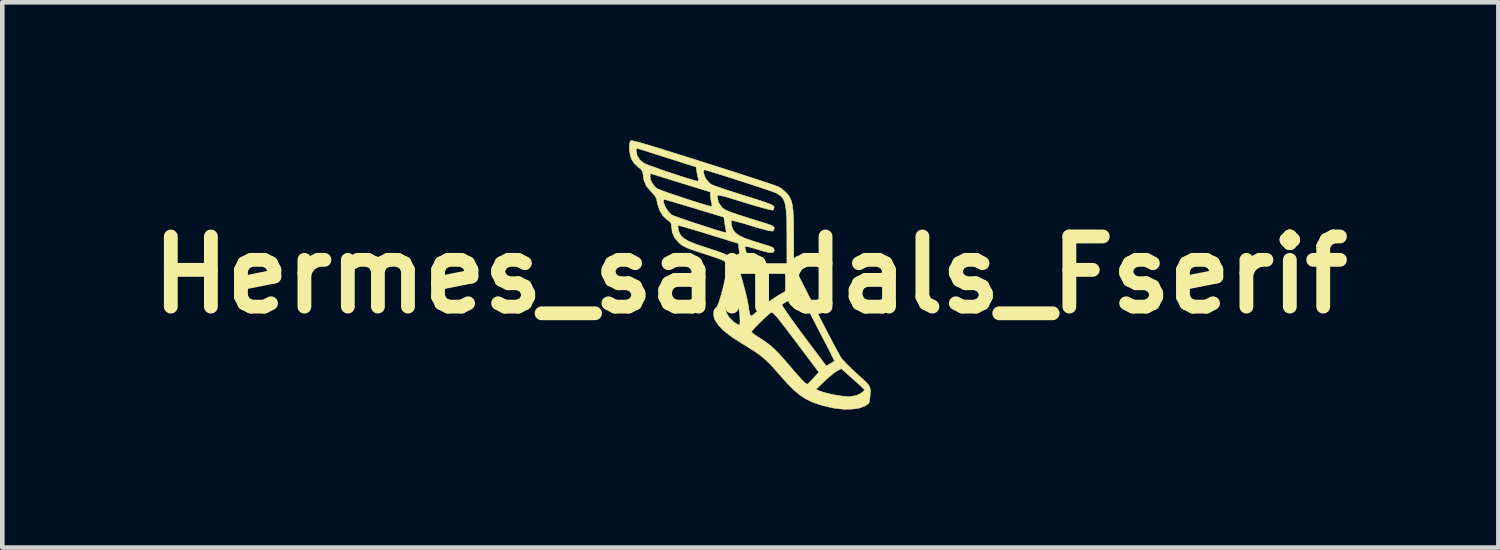
<source format=kicad_pcb>
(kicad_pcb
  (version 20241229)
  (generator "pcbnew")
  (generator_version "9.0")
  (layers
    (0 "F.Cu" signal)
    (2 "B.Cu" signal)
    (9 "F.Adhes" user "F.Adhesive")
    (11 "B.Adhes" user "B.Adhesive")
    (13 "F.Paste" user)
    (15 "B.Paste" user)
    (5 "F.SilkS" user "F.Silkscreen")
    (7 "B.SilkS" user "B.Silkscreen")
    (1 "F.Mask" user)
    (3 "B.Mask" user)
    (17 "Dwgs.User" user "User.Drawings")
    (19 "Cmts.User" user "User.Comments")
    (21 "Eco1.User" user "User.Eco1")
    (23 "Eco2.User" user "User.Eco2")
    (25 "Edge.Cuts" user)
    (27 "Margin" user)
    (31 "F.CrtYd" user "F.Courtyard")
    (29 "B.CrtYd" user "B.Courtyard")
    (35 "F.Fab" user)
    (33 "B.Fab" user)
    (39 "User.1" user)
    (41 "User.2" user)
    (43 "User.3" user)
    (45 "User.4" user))
  (footprint "Hermes_sandals_Fserif"
    (layer "F.Cu")
    (at 13.252 2.922)
    (property "Reference" "Hermes_sandals_Fserif" (at 0 0 0) (layer "F.SilkS") (effects (font (size 1.524 1.524) (thickness 0.3))))
    (attr through_hole)
    (fp_poly (pts (xy -2.561 -2.914) (xy -2.488 -2.897) (xy -2.382 -2.869) (xy -2.249 -2.831) (xy -2.096 -2.785) (xy -1.968 -2.746) (xy -1.565 -2.619) (xy -1.189 -2.501) (xy -0.843 -2.391) (xy -0.528 -2.291) (xy -0.246 -2.201) (xy -0.000376 -2.121) (xy 0.208 -2.053) (xy 0.377 -1.997) (xy 0.504 -1.953) (xy 0.588 -1.923) (xy 0.622 -1.909) (xy 0.696 -1.86) (xy 0.771 -1.794) (xy 0.789 -1.775) (xy 0.833 -1.721) (xy 0.867 -1.662) (xy 0.894 -1.595) (xy 0.914 -1.511) (xy 0.927 -1.405) (xy 0.936 -1.271) (xy 0.941 -1.101) (xy 0.942 -0.891) (xy 0.943 -0.81) (xy 0.943 -0.191) (xy 1.425 0.761) (xy 1.529 0.966) (xy 1.629 1.161) (xy 1.722 1.34) (xy 1.805 1.498) (xy 1.876 1.629) (xy 1.931 1.73) (xy 1.968 1.794) (xy 1.979 1.811) (xy 2.023 1.862) (xy 2.095 1.938) (xy 2.188 2.029) (xy 2.291 2.126) (xy 2.334 2.165) (xy 2.442 2.263) (xy 2.519 2.335) (xy 2.57 2.394) (xy 2.598 2.448) (xy 2.609 2.509) (xy 2.606 2.587) (xy 2.593 2.693) (xy 2.583 2.771) (xy 2.561 2.8) (xy 2.508 2.838) (xy 2.474 2.856) (xy 2.357 2.897) (xy 2.206 2.917) (xy 2.032 2.919) (xy 1.847 2.9) (xy 1.736 2.879) (xy 1.536 2.829) (xy 1.366 2.772) (xy 1.216 2.702) (xy 1.079 2.614) (xy 0.943 2.5) (xy 0.931 2.488) (xy 1.426 2.488) (xy 1.513 2.524) (xy 1.614 2.558) (xy 1.744 2.59) (xy 1.885 2.617) (xy 2.021 2.636) (xy 2.135 2.644) (xy 2.179 2.643) (xy 2.309 2.617) (xy 2.396 2.575) (xy 2.449 2.535) (xy 2.478 2.506) (xy 2.48 2.5) (xy 2.463 2.478) (xy 2.415 2.431) (xy 2.342 2.363) (xy 2.253 2.283) (xy 2.227 2.26) (xy 1.974 2.037) (xy 1.876 2.091) (xy 1.814 2.133) (xy 1.732 2.199) (xy 1.643 2.278) (xy 1.602 2.317) (xy 1.426 2.488) (xy 0.931 2.488) (xy 0.8 2.356) (xy 0.654 2.192) (xy 0.534 2.054) (xy 0.433 1.944) (xy 0.34 1.853) (xy 0.247 1.773) (xy 0.143 1.696) (xy 0.018 1.613) (xy -0.138 1.518) (xy -0.19 1.486) (xy -0.403 1.348) (xy -0.547 1.237) (xy 0.025 1.237) (xy 0.045 1.261) (xy 0.096 1.301) (xy 0.169 1.349) (xy 0.174 1.352) (xy 0.299 1.432) (xy 0.409 1.514) (xy 0.515 1.605) (xy 0.624 1.714) (xy 0.747 1.851) (xy 0.833 1.952) (xy 0.966 2.108) (xy 1.072 2.227) (xy 1.151 2.31) (xy 1.205 2.358) (xy 1.236 2.375) (xy 1.241 2.374) (xy 1.263 2.355) (xy 1.309 2.308) (xy 1.368 2.245) (xy 1.371 2.242) (xy 1.488 2.116) (xy 0.991 1.454) (xy 0.854 1.272) (xy 0.742 1.125) (xy 0.654 1.012) (xy 0.586 0.928) (xy 0.535 0.87) (xy 0.499 0.834) (xy 0.473 0.816) (xy 0.456 0.814) (xy 0.452 0.816) (xy 0.414 0.844) (xy 0.354 0.896) (xy 0.281 0.964) (xy 0.203 1.04) (xy 0.131 1.113) (xy 0.071 1.176) (xy 0.034 1.221) (xy 0.025 1.237) (xy -0.547 1.237) (xy -0.569 1.22) (xy -0.69 1.099) (xy -0.766 0.985) (xy -0.787 0.932) (xy -0.801 0.844) (xy -0.79 0.769) (xy -0.757 0.722) (xy -0.743 0.715) (xy -0.733 0.702) (xy -0.546 0.702) (xy -0.523 0.816) (xy -0.46 0.926) (xy -0.365 1.019) (xy -0.364 1.02) (xy -0.302 1.062) (xy -0.254 1.087) (xy -0.241 1.091) (xy -0.229 1.068) (xy -0.225 1.001) (xy -0.229 0.899) (xy -0.239 0.806) (xy -0.256 0.695) (xy -0.279 0.576) (xy -0.304 0.456) (xy -0.33 0.347) (xy -0.355 0.255) (xy -0.377 0.191) (xy -0.393 0.164) (xy -0.398 0.165) (xy -0.416 0.201) (xy -0.441 0.272) (xy -0.469 0.366) (xy -0.498 0.469) (xy -0.522 0.568) (xy -0.54 0.651) (xy -0.546 0.702) (xy -0.733 0.702) (xy -0.722 0.686) (xy -0.693 0.619) (xy -0.661 0.522) (xy -0.627 0.406) (xy -0.593 0.28) (xy -0.564 0.153) (xy -0.54 0.037) (xy -0.531 -0.025) (xy -0.216 -0.025) (xy -0.145 0.228) (xy -0.111 0.355) (xy -0.08 0.485) (xy -0.056 0.599) (xy -0.048 0.643) (xy -0.029 0.766) (xy -0.014 0.846) (xy 0.003 0.885) (xy 0.029 0.889) (xy 0.069 0.862) (xy 0.13 0.809) (xy 0.156 0.787) (xy 0.252 0.706) (xy 0.328 0.644) (xy 0.686 0.644) (xy 0.695 0.668) (xy 0.731 0.727) (xy 0.791 0.815) (xy 0.87 0.929) (xy 0.967 1.063) (xy 1.076 1.213) (xy 1.157 1.322) (xy 1.65 1.979) (xy 1.736 1.928) (xy 1.792 1.895) (xy 1.825 1.875) (xy 1.829 1.873) (xy 1.82 1.851) (xy 1.791 1.793) (xy 1.747 1.705) (xy 1.691 1.596) (xy 1.647 1.511) (xy 1.563 1.351) (xy 1.468 1.168) (xy 1.373 0.981) (xy 1.288 0.813) (xy 1.274 0.786) (xy 1.089 0.418) (xy 0.898 0.521) (xy 0.81 0.57) (xy 0.737 0.611) (xy 0.693 0.639) (xy 0.686 0.644) (xy 0.328 0.644) (xy 0.356 0.622) (xy 0.446 0.552) (xy 0.446 0.552) (xy 0.536 0.491) (xy 0.648 0.421) (xy 0.761 0.356) (xy 0.781 0.345) (xy 0.87 0.298) (xy 0.94 0.26) (xy 0.982 0.237) (xy 0.988 0.233) (xy 0.982 0.21) (xy 0.956 0.157) (xy 0.926 0.101) (xy 0.856 -0.025) (xy 0.32 -0.025) (xy -0.216 -0.025) (xy -0.531 -0.025) (xy -0.525 -0.061) (xy -0.521 -0.117) (xy -0.523 -0.206) (xy -0.533 -0.259) (xy -0.555 -0.291) (xy -0.577 -0.307) (xy -0.618 -0.325) (xy -0.698 -0.356) (xy -0.807 -0.394) (xy -0.936 -0.437) (xy -1.037 -0.469) (xy -1.193 -0.52) (xy -1.311 -0.561) (xy -1.398 -0.597) (xy -1.462 -0.63) (xy -1.513 -0.664) (xy -1.543 -0.689) (xy -1.643 -0.802) (xy -1.697 -0.923) (xy -1.712 -1.039) (xy -1.712 -1.046) (xy -1.573 -1.046) (xy -1.565 -0.988) (xy -1.561 -0.972) (xy -1.539 -0.905) (xy -1.503 -0.847) (xy -1.447 -0.795) (xy -1.365 -0.745) (xy -1.251 -0.694) (xy -1.099 -0.639) (xy -0.935 -0.585) (xy -0.775 -0.533) (xy -0.656 -0.492) (xy -0.57 -0.458) (xy -0.509 -0.429) (xy -0.468 -0.401) (xy -0.437 -0.371) (xy -0.436 -0.37) (xy -0.395 -0.316) (xy -0.373 -0.277) (xy -0.372 -0.271) (xy -0.35 -0.258) (xy -0.293 -0.25) (xy -0.249 -0.248) (xy -0.126 -0.248) (xy -0.181 -0.341) (xy -0.217 -0.425) (xy -0.243 -0.524) (xy -0.248 -0.558) (xy -0.26 -0.682) (xy -0.911 -0.883) (xy -1.081 -0.936) (xy -1.236 -0.982) (xy -1.368 -1.021) (xy -1.472 -1.051) (xy -1.542 -1.069) (xy -1.571 -1.075) (xy -1.571 -1.074) (xy -1.573 -1.046) (xy -1.712 -1.046) (xy -1.718 -1.107) (xy -1.745 -1.152) (xy -1.799 -1.191) (xy -1.892 -1.274) (xy -1.967 -1.392) (xy -2.015 -1.531) (xy -2.023 -1.575) (xy -2.033 -1.618) (xy -1.888 -1.618) (xy -1.884 -1.57) (xy -1.86 -1.504) (xy -1.822 -1.433) (xy -1.774 -1.366) (xy -1.723 -1.315) (xy -1.706 -1.303) (xy -1.666 -1.285) (xy -1.587 -1.256) (xy -1.479 -1.218) (xy -1.348 -1.173) (xy -1.205 -1.125) (xy -1.057 -1.077) (xy -0.912 -1.03) (xy -0.78 -0.988) (xy -0.668 -0.954) (xy -0.585 -0.93) (xy -0.54 -0.919) (xy -0.537 -0.919) (xy -0.526 -0.938) (xy -0.531 -0.98) (xy -0.545 -1.045) (xy -0.558 -1.128) (xy -0.561 -1.147) (xy -0.576 -1.253) (xy -1.212 -1.446) (xy -1.381 -1.497) (xy -1.535 -1.543) (xy -1.667 -1.582) (xy -1.77 -1.612) (xy -1.839 -1.632) (xy -1.867 -1.638) (xy -1.888 -1.618) (xy -2.033 -1.618) (xy -2.04 -1.652) (xy -2.07 -1.713) (xy -2.125 -1.777) (xy -2.159 -1.811) (xy -2.26 -1.931) (xy -2.316 -2.064) (xy -2.326 -2.142) (xy -2.178 -2.142) (xy -2.168 -2.066) (xy -2.125 -1.98) (xy -2.059 -1.902) (xy -2.031 -1.879) (xy -1.994 -1.861) (xy -1.917 -1.831) (xy -1.811 -1.793) (xy -1.681 -1.748) (xy -1.538 -1.7) (xy -1.389 -1.65) (xy -1.243 -1.603) (xy -1.109 -1.561) (xy -0.994 -1.526) (xy -0.906 -1.502) (xy -0.855 -1.49) (xy -0.851 -1.49) (xy -0.834 -1.503) (xy -0.84 -1.551) (xy -0.845 -1.569) (xy -0.862 -1.651) (xy -0.868 -1.725) (xy -0.868 -1.8) (xy -1.519 -2.001) (xy -2.17 -2.202) (xy -2.178 -2.142) (xy -2.326 -2.142) (xy -2.332 -2.195) (xy -2.344 -2.251) (xy -2.383 -2.3) (xy -2.433 -2.339) (xy -2.519 -2.417) (xy -2.581 -2.512) (xy -2.581 -2.512) (xy -2.608 -2.594) (xy -2.624 -2.688) (xy -2.624 -2.69) (xy -2.48 -2.69) (xy -2.457 -2.585) (xy -2.391 -2.49) (xy -2.316 -2.429) (xy -2.271 -2.408) (xy -2.189 -2.376) (xy -2.076 -2.335) (xy -1.943 -2.288) (xy -1.797 -2.238) (xy -1.647 -2.188) (xy -1.502 -2.14) (xy -1.371 -2.099) (xy -1.261 -2.065) (xy -1.182 -2.044) (xy -1.146 -2.036) (xy -1.125 -2.049) (xy -1.131 -2.09) (xy -1.147 -2.152) (xy -1.162 -2.231) (xy -1.164 -2.244) (xy -1.167 -2.262) (xy -1.016 -2.262) (xy -1.014 -2.212) (xy -0.996 -2.148) (xy -0.968 -2.091) (xy -0.917 -2.025) (xy -0.859 -1.972) (xy -0.856 -1.97) (xy -0.816 -1.952) (xy -0.735 -1.921) (xy -0.621 -1.881) (xy -0.479 -1.834) (xy -0.318 -1.782) (xy -0.144 -1.727) (xy -0.142 -1.726) (xy 0.053 -1.666) (xy 0.206 -1.617) (xy 0.321 -1.578) (xy 0.404 -1.548) (xy 0.46 -1.524) (xy 0.494 -1.504) (xy 0.511 -1.486) (xy 0.516 -1.473) (xy 0.507 -1.425) (xy 0.488 -1.406) (xy 0.455 -1.41) (xy 0.382 -1.426) (xy 0.275 -1.454) (xy 0.142 -1.491) (xy -0.011 -1.536) (xy -0.134 -1.574) (xy -0.315 -1.629) (xy -0.454 -1.672) (xy -0.557 -1.702) (xy -0.63 -1.72) (xy -0.676 -1.729) (xy -0.703 -1.729) (xy -0.716 -1.721) (xy -0.719 -1.706) (xy -0.719 -1.697) (xy -0.695 -1.58) (xy -0.625 -1.475) (xy -0.605 -1.455) (xy -0.578 -1.434) (xy -0.539 -1.411) (xy -0.484 -1.386) (xy -0.407 -1.356) (xy -0.304 -1.321) (xy -0.17 -1.277) (xy 0.001 -1.223) (xy 0.213 -1.157) (xy 0.267 -1.141) (xy 0.383 -1.104) (xy 0.458 -1.075) (xy 0.501 -1.051) (xy 0.519 -1.028) (xy 0.521 -1.014) (xy 0.503 -0.967) (xy 0.481 -0.951) (xy 0.446 -0.953) (xy 0.371 -0.968) (xy 0.267 -0.995) (xy 0.14 -1.03) (xy 0.021 -1.066) (xy -0.115 -1.108) (xy -0.234 -1.142) (xy -0.329 -1.167) (xy -0.391 -1.181) (xy -0.413 -1.183) (xy -0.418 -1.151) (xy -0.413 -1.091) (xy -0.41 -1.075) (xy -0.382 -0.991) (xy -0.329 -0.919) (xy -0.245 -0.857) (xy -0.124 -0.799) (xy 0.039 -0.741) (xy 0.069 -0.732) (xy 0.19 -0.694) (xy 0.301 -0.66) (xy 0.389 -0.633) (xy 0.44 -0.617) (xy 0.503 -0.584) (xy 0.521 -0.543) (xy 0.512 -0.504) (xy 0.481 -0.484) (xy 0.423 -0.484) (xy 0.331 -0.502) (xy 0.2 -0.539) (xy 0.189 -0.542) (xy 0.061 -0.581) (xy -0.028 -0.606) (xy -0.082 -0.616) (xy -0.11 -0.612) (xy -0.118 -0.596) (xy -0.112 -0.567) (xy -0.112 -0.564) (xy -0.074 -0.453) (xy -0.029 -0.376) (xy 0.032 -0.319) (xy 0.047 -0.308) (xy 0.086 -0.284) (xy 0.126 -0.267) (xy 0.176 -0.256) (xy 0.247 -0.251) (xy 0.349 -0.248) (xy 0.465 -0.248) (xy 0.794 -0.248) (xy 0.793 -0.85) (xy 0.791 -1.075) (xy 0.787 -1.256) (xy 0.777 -1.399) (xy 0.762 -1.511) (xy 0.74 -1.595) (xy 0.708 -1.659) (xy 0.666 -1.709) (xy 0.613 -1.749) (xy 0.558 -1.78) (xy 0.521 -1.795) (xy 0.444 -1.822) (xy 0.335 -1.859) (xy 0.201 -1.904) (xy 0.049 -1.954) (xy -0.115 -2.007) (xy -0.283 -2.061) (xy -0.448 -2.114) (xy -0.604 -2.164) (xy -0.743 -2.207) (xy -0.859 -2.243) (xy -0.944 -2.268) (xy -0.991 -2.281) (xy -0.998 -2.282) (xy -1.016 -2.262) (xy -1.167 -2.262) (xy -1.178 -2.343) (xy -1.823 -2.548) (xy -1.993 -2.602) (xy -2.146 -2.65) (xy -2.277 -2.692) (xy -2.379 -2.724) (xy -2.447 -2.745) (xy -2.474 -2.753) (xy -2.474 -2.753) (xy -2.479 -2.732) (xy -2.48 -2.69) (xy -2.624 -2.69) (xy -2.63 -2.781) (xy -2.624 -2.859) (xy -2.605 -2.908) (xy -2.594 -2.917) (xy -2.561 -2.914)) (stroke (width 0.01) (type solid)) (fill yes) (layer "F.SilkS")))
  (gr_rect
    (start -3 -3)
    (end 29.503 8.846)
    (stroke (width 0.1) (type default))
    (fill no)
    (layer "Edge.Cuts")))
</source>
